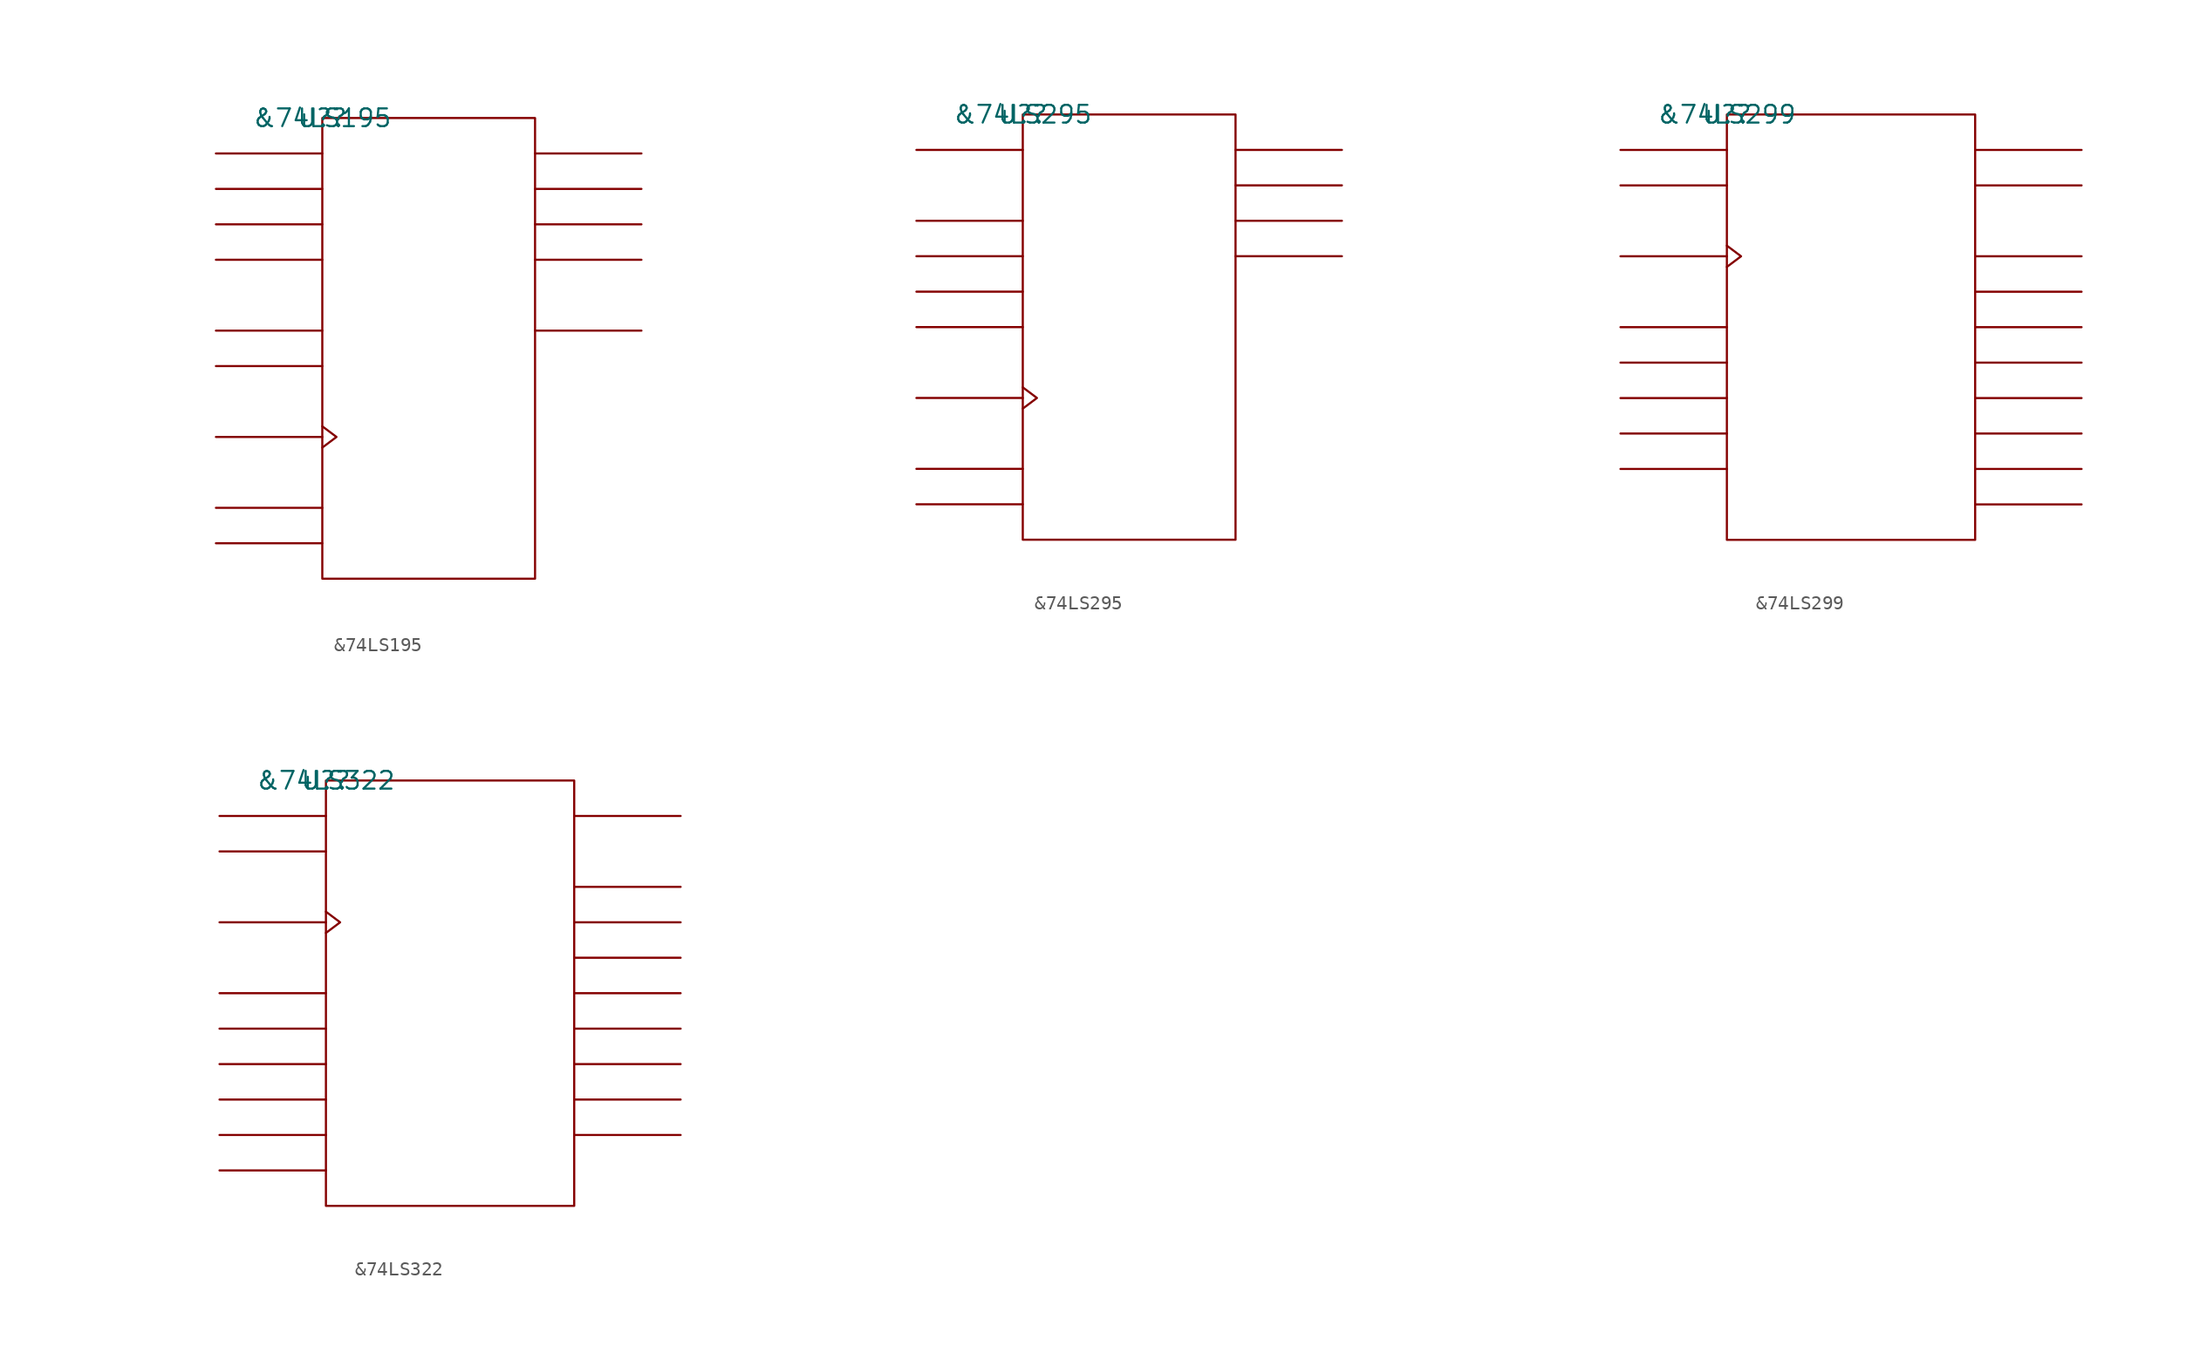
<source format=kicad_sym>
(kicad_symbol_lib
  (version 20211014)
  (generator kicad_symbol_editor)
  (symbol "&74LS195"
    (pin_names
      (offset 0.762))
    (property "Reference" "U?"
      (at 0 0 0)
      (effects (font (size 1.27 1.27))))
    (property "Value" "&74LS195"
      (at 0 0 0)
      (effects (font (size 1.27 1.27))))
    (symbol "&74LS195_0_1"
      (rectangle (start 0 -33.02) (end 15.24 0) (stroke (width 0) (type default) (color 0 0 0 0)) (fill (type none)))
      (polyline (pts (xy 0 -30.48) (xy -7.62 -30.48)) (stroke (width 0) (type default) (color 0 0 0 0)) (fill (type none)))
      (polyline (pts (xy 0 -27.94) (xy -7.62 -27.94)) (stroke (width 0) (type default) (color 0 0 0 0)) (fill (type none)))
      (polyline (pts (xy 0 -22.86) (xy -7.62 -22.86)) (stroke (width 0) (type default) (color 0 0 0 0)) (fill (type none)))
      (polyline (pts (xy 0 -17.78) (xy -7.62 -17.78)) (stroke (width 0) (type default) (color 0 0 0 0)) (fill (type none)))
      (polyline (pts (xy 0 -15.24) (xy -7.62 -15.24)) (stroke (width 0) (type default) (color 0 0 0 0)) (fill (type none)))
      (polyline (pts (xy 0 -10.16) (xy -7.62 -10.16)) (stroke (width 0) (type default) (color 0 0 0 0)) (fill (type none)))
      (polyline (pts (xy 0 -7.62) (xy -7.62 -7.62)) (stroke (width 0) (type default) (color 0 0 0 0)) (fill (type none)))
      (polyline (pts (xy 0 -5.08) (xy -7.62 -5.08)) (stroke (width 0) (type default) (color 0 0 0 0)) (fill (type none)))
      (polyline (pts (xy 0 -2.54) (xy -7.62 -2.54)) (stroke (width 0) (type default) (color 0 0 0 0)) (fill (type none)))
      (polyline (pts (xy 15.24 -15.24) (xy 22.86 -15.24)) (stroke (width 0) (type default) (color 0 0 0 0)) (fill (type none)))
      (polyline (pts (xy 15.24 -10.16) (xy 22.86 -10.16)) (stroke (width 0) (type default) (color 0 0 0 0)) (fill (type none)))
      (polyline (pts (xy 15.24 -7.62) (xy 22.86 -7.62)) (stroke (width 0) (type default) (color 0 0 0 0)) (fill (type none)))
      (polyline (pts (xy 15.24 -5.08) (xy 22.86 -5.08)) (stroke (width 0) (type default) (color 0 0 0 0)) (fill (type none)))
      (polyline (pts (xy 15.24 -2.54) (xy 22.86 -2.54)) (stroke (width 0) (type default) (color 0 0 0 0)) (fill (type none)))
      (polyline (pts (xy 0 -22.098) (xy 1.016 -22.86) (xy 0 -23.622)) (stroke (width 0) (type default) (color 0 0 0 0)) (fill (type none))))
    (symbol "&74LS195_1_1"
      (pin unspecified line (at -7.62 -27.94 0) (length 7.62) hide (name "C\\L\\R\\" (effects (font (size 1.245 1.245)))) (number "1" (effects (font (size 1.245 1.245)))))
      (pin unspecified line (at -7.62 -22.86 180) (length 7.62) hide (name "CLK" (effects (font (size 1.245 1.245)))) (number "10" (effects (font (size 1.245 1.245)))))
      (pin unspecified line (at 22.86 -15.24 180) (length 7.62) hide (name "Q\\D\\" (effects (font (size 1.245 1.245)))) (number "11" (effects (font (size 1.245 1.245)))))
      (pin unspecified line (at 22.86 -10.16 180) (length 7.62) hide (name "QD" (effects (font (size 1.245 1.245)))) (number "12" (effects (font (size 1.245 1.245)))))
      (pin unspecified line (at 22.86 -7.62 180) (length 7.62) hide (name "QC" (effects (font (size 1.245 1.245)))) (number "13" (effects (font (size 1.245 1.245)))))
      (pin unspecified line (at 22.86 -5.08 180) (length 7.62) hide (name "QB" (effects (font (size 1.245 1.245)))) (number "14" (effects (font (size 1.245 1.245)))))
      (pin unspecified line (at 22.86 -2.54 180) (length 7.62) hide (name "QA" (effects (font (size 1.245 1.245)))) (number "15" (effects (font (size 1.245 1.245)))))
      (pin power_in line (at 5.08 0 180) (length 7.62) hide (name "VCC" (effects (font (size 1.245 1.245)))) (number "16" (effects (font (size 1.245 1.245)))))
      (pin unspecified line (at -7.62 -15.24 0) (length 7.62) hide (name "J" (effects (font (size 1.245 1.245)))) (number "2" (effects (font (size 1.245 1.245)))))
      (pin unspecified line (at -7.62 -17.78 0) (length 7.62) hide (name "K\\" (effects (font (size 1.245 1.245)))) (number "3" (effects (font (size 1.245 1.245)))))
      (pin unspecified line (at -7.62 -2.54 0) (length 7.62) hide (name "A" (effects (font (size 1.245 1.245)))) (number "4" (effects (font (size 1.245 1.245)))))
      (pin unspecified line (at -7.62 -5.08 0) (length 7.62) hide (name "B" (effects (font (size 1.245 1.245)))) (number "5" (effects (font (size 1.245 1.245)))))
      (pin unspecified line (at -7.62 -7.62 0) (length 7.62) hide (name "C" (effects (font (size 1.245 1.245)))) (number "6" (effects (font (size 1.245 1.245)))))
      (pin unspecified line (at -7.62 -10.16 0) (length 7.62) hide (name "D" (effects (font (size 1.245 1.245)))) (number "7" (effects (font (size 1.245 1.245)))))
      (pin power_in line (at 7.62 -33.02 180) (length 7.62) hide (name "GND" (effects (font (size 1.245 1.245)))) (number "8" (effects (font (size 1.245 1.245)))))
      (pin unspecified line (at -7.62 -30.48 0) (length 7.62) hide (name "P\\E\\" (effects (font (size 1.245 1.245)))) (number "9" (effects (font (size 1.245 1.245)))))))
  (symbol "&74LS295"
    (pin_names
      (offset 0.762))
    (property "Reference" "U?"
      (at 0 0 0)
      (effects (font (size 1.27 1.27))))
    (property "Value" "&74LS295"
      (at 0 0 0)
      (effects (font (size 1.27 1.27))))
    (symbol "&74LS295_0_1"
      (rectangle (start 0 -30.48) (end 15.24 0) (stroke (width 0) (type default) (color 0 0 0 0)) (fill (type none)))
      (polyline (pts (xy 0 -27.94) (xy -7.62 -27.94)) (stroke (width 0) (type default) (color 0 0 0 0)) (fill (type none)))
      (polyline (pts (xy 0 -25.4) (xy -7.62 -25.4)) (stroke (width 0) (type default) (color 0 0 0 0)) (fill (type none)))
      (polyline (pts (xy 0 -20.32) (xy -7.62 -20.32)) (stroke (width 0) (type default) (color 0 0 0 0)) (fill (type none)))
      (polyline (pts (xy 0 -15.24) (xy -7.62 -15.24)) (stroke (width 0) (type default) (color 0 0 0 0)) (fill (type none)))
      (polyline (pts (xy 0 -12.7) (xy -7.62 -12.7)) (stroke (width 0) (type default) (color 0 0 0 0)) (fill (type none)))
      (polyline (pts (xy 0 -10.16) (xy -7.62 -10.16)) (stroke (width 0) (type default) (color 0 0 0 0)) (fill (type none)))
      (polyline (pts (xy 0 -7.62) (xy -7.62 -7.62)) (stroke (width 0) (type default) (color 0 0 0 0)) (fill (type none)))
      (polyline (pts (xy 0 -2.54) (xy -7.62 -2.54)) (stroke (width 0) (type default) (color 0 0 0 0)) (fill (type none)))
      (polyline (pts (xy 15.24 -10.16) (xy 22.86 -10.16)) (stroke (width 0) (type default) (color 0 0 0 0)) (fill (type none)))
      (polyline (pts (xy 15.24 -7.62) (xy 22.86 -7.62)) (stroke (width 0) (type default) (color 0 0 0 0)) (fill (type none)))
      (polyline (pts (xy 15.24 -5.08) (xy 22.86 -5.08)) (stroke (width 0) (type default) (color 0 0 0 0)) (fill (type none)))
      (polyline (pts (xy 15.24 -2.54) (xy 22.86 -2.54)) (stroke (width 0) (type default) (color 0 0 0 0)) (fill (type none)))
      (polyline (pts (xy 0 -19.558) (xy 1.016 -20.32) (xy 0 -21.082)) (stroke (width 0) (type default) (color 0 0 0 0)) (fill (type none))))
    (symbol "&74LS295_1_1"
      (pin unspecified line (at -7.62 -2.54 0) (length 7.62) hide (name "SER" (effects (font (size 1.245 1.245)))) (number "1" (effects (font (size 1.245 1.245)))))
      (pin unspecified line (at 22.86 -10.16 180) (length 7.62) hide (name "QD" (effects (font (size 1.245 1.245)))) (number "10" (effects (font (size 1.245 1.245)))))
      (pin unspecified line (at 22.86 -7.62 180) (length 7.62) hide (name "QC" (effects (font (size 1.245 1.245)))) (number "11" (effects (font (size 1.245 1.245)))))
      (pin unspecified line (at 22.86 -5.08 180) (length 7.62) hide (name "QB" (effects (font (size 1.245 1.245)))) (number "12" (effects (font (size 1.245 1.245)))))
      (pin unspecified line (at 22.86 -2.54 180) (length 7.62) hide (name "QA" (effects (font (size 1.245 1.245)))) (number "13" (effects (font (size 1.245 1.245)))))
      (pin power_in line (at 7.62 0 180) (length 7.62) hide (name "VCC" (effects (font (size 1.245 1.245)))) (number "14" (effects (font (size 1.245 1.245)))))
      (pin unspecified line (at -7.62 -7.62 0) (length 7.62) hide (name "A" (effects (font (size 1.245 1.245)))) (number "2" (effects (font (size 1.245 1.245)))))
      (pin unspecified line (at -7.62 -10.16 0) (length 7.62) hide (name "B" (effects (font (size 1.245 1.245)))) (number "3" (effects (font (size 1.245 1.245)))))
      (pin unspecified line (at -7.62 -12.7 0) (length 7.62) hide (name "C" (effects (font (size 1.245 1.245)))) (number "4" (effects (font (size 1.245 1.245)))))
      (pin unspecified line (at -7.62 -15.24 0) (length 7.62) hide (name "D" (effects (font (size 1.245 1.245)))) (number "5" (effects (font (size 1.245 1.245)))))
      (pin unspecified line (at -7.62 -25.4 0) (length 7.62) hide (name "LD/S\\H\\" (effects (font (size 1.245 1.245)))) (number "6" (effects (font (size 1.245 1.245)))))
      (pin power_in line (at 10.16 -30.48 180) (length 7.62) hide (name "GND" (effects (font (size 1.245 1.245)))) (number "7" (effects (font (size 1.245 1.245)))))
      (pin unspecified line (at -7.62 -27.94 0) (length 7.62) hide (name "OC" (effects (font (size 1.245 1.245)))) (number "8" (effects (font (size 1.245 1.245)))))
      (pin unspecified line (at -7.62 -20.32 180) (length 7.62) hide (name "CLK" (effects (font (size 1.245 1.245)))) (number "9" (effects (font (size 1.245 1.245)))))))
  (symbol "&74LS299"
    (pin_names
      (offset 0.762))
    (property "Reference" "U?"
      (at 0 0 0)
      (effects (font (size 1.27 1.27))))
    (property "Value" "&74LS299"
      (at 0 0 0)
      (effects (font (size 1.27 1.27))))
    (symbol "&74LS299_0_1"
      (rectangle (start 0 -30.48) (end 17.78 0) (stroke (width 0) (type default) (color 0 0 0 0)) (fill (type none)))
      (polyline (pts (xy 0 -25.4) (xy -7.62 -25.4)) (stroke (width 0) (type default) (color 0 0 0 0)) (fill (type none)))
      (polyline (pts (xy 0 -22.86) (xy -7.62 -22.86)) (stroke (width 0) (type default) (color 0 0 0 0)) (fill (type none)))
      (polyline (pts (xy 0 -20.32) (xy -7.62 -20.32)) (stroke (width 0) (type default) (color 0 0 0 0)) (fill (type none)))
      (polyline (pts (xy 0 -17.78) (xy -7.62 -17.78)) (stroke (width 0) (type default) (color 0 0 0 0)) (fill (type none)))
      (polyline (pts (xy 0 -15.24) (xy -7.62 -15.24)) (stroke (width 0) (type default) (color 0 0 0 0)) (fill (type none)))
      (polyline (pts (xy 0 -10.16) (xy -7.62 -10.16)) (stroke (width 0) (type default) (color 0 0 0 0)) (fill (type none)))
      (polyline (pts (xy 0 -5.08) (xy -7.62 -5.08)) (stroke (width 0) (type default) (color 0 0 0 0)) (fill (type none)))
      (polyline (pts (xy 0 -2.54) (xy -7.62 -2.54)) (stroke (width 0) (type default) (color 0 0 0 0)) (fill (type none)))
      (polyline (pts (xy 17.78 -27.94) (xy 25.4 -27.94)) (stroke (width 0) (type default) (color 0 0 0 0)) (fill (type none)))
      (polyline (pts (xy 17.78 -25.4) (xy 25.4 -25.4)) (stroke (width 0) (type default) (color 0 0 0 0)) (fill (type none)))
      (polyline (pts (xy 17.78 -22.86) (xy 25.4 -22.86)) (stroke (width 0) (type default) (color 0 0 0 0)) (fill (type none)))
      (polyline (pts (xy 17.78 -20.32) (xy 25.4 -20.32)) (stroke (width 0) (type default) (color 0 0 0 0)) (fill (type none)))
      (polyline (pts (xy 17.78 -17.78) (xy 25.4 -17.78)) (stroke (width 0) (type default) (color 0 0 0 0)) (fill (type none)))
      (polyline (pts (xy 17.78 -15.24) (xy 25.4 -15.24)) (stroke (width 0) (type default) (color 0 0 0 0)) (fill (type none)))
      (polyline (pts (xy 17.78 -12.7) (xy 25.4 -12.7)) (stroke (width 0) (type default) (color 0 0 0 0)) (fill (type none)))
      (polyline (pts (xy 17.78 -10.16) (xy 25.4 -10.16)) (stroke (width 0) (type default) (color 0 0 0 0)) (fill (type none)))
      (polyline (pts (xy 17.78 -5.08) (xy 25.4 -5.08)) (stroke (width 0) (type default) (color 0 0 0 0)) (fill (type none)))
      (polyline (pts (xy 17.78 -2.54) (xy 25.4 -2.54)) (stroke (width 0) (type default) (color 0 0 0 0)) (fill (type none)))
      (polyline (pts (xy 0 -9.398) (xy 1.016 -10.16) (xy 0 -10.922)) (stroke (width 0) (type default) (color 0 0 0 0)) (fill (type none))))
    (symbol "&74LS299_1_1"
      (pin unspecified line (at -7.62 -22.86 0) (length 7.62) hide (name "S0" (effects (font (size 1.245 1.245)))) (number "1" (effects (font (size 1.245 1.245)))))
      (pin power_in line (at 7.62 -30.48 180) (length 7.62) hide (name "GND" (effects (font (size 1.245 1.245)))) (number "10" (effects (font (size 1.245 1.245)))))
      (pin unspecified line (at -7.62 -5.08 0) (length 7.62) hide (name "SR" (effects (font (size 1.245 1.245)))) (number "11" (effects (font (size 1.245 1.245)))))
      (pin unspecified line (at -7.62 -10.16 180) (length 7.62) hide (name "CLK" (effects (font (size 1.245 1.245)))) (number "12" (effects (font (size 1.245 1.245)))))
      (pin unspecified line (at 25.4 -12.7 180) (length 7.62) hide (name "B/QB" (effects (font (size 1.245 1.245)))) (number "13" (effects (font (size 1.245 1.245)))))
      (pin unspecified line (at 25.4 -17.78 180) (length 7.62) hide (name "D/QD" (effects (font (size 1.245 1.245)))) (number "14" (effects (font (size 1.245 1.245)))))
      (pin unspecified line (at 25.4 -22.86 180) (length 7.62) hide (name "F/QF" (effects (font (size 1.245 1.245)))) (number "15" (effects (font (size 1.245 1.245)))))
      (pin unspecified line (at 25.4 -27.94 180) (length 7.62) hide (name "H/QH" (effects (font (size 1.245 1.245)))) (number "16" (effects (font (size 1.245 1.245)))))
      (pin unspecified line (at 25.4 -5.08 180) (length 7.62) hide (name "QR" (effects (font (size 1.245 1.245)))) (number "17" (effects (font (size 1.245 1.245)))))
      (pin unspecified line (at -7.62 -2.54 0) (length 7.62) hide (name "SL" (effects (font (size 1.245 1.245)))) (number "18" (effects (font (size 1.245 1.245)))))
      (pin unspecified line (at -7.62 -25.4 0) (length 7.62) hide (name "S1" (effects (font (size 1.245 1.245)))) (number "19" (effects (font (size 1.245 1.245)))))
      (pin unspecified line (at -7.62 -17.78 0) (length 7.62) hide (name "O\\E\\1\\" (effects (font (size 1.245 1.245)))) (number "2" (effects (font (size 1.245 1.245)))))
      (pin power_in line (at 7.62 0 180) (length 7.62) hide (name "VCC" (effects (font (size 1.245 1.245)))) (number "20" (effects (font (size 1.245 1.245)))))
      (pin unspecified line (at -7.62 -20.32 0) (length 7.62) hide (name "O\\E\\2\\" (effects (font (size 1.245 1.245)))) (number "3" (effects (font (size 1.245 1.245)))))
      (pin unspecified line (at 25.4 -25.4 180) (length 7.62) hide (name "G/QG" (effects (font (size 1.245 1.245)))) (number "4" (effects (font (size 1.245 1.245)))))
      (pin unspecified line (at 25.4 -20.32 180) (length 7.62) hide (name "E/QE" (effects (font (size 1.245 1.245)))) (number "5" (effects (font (size 1.245 1.245)))))
      (pin unspecified line (at 25.4 -15.24 180) (length 7.62) hide (name "C/QC" (effects (font (size 1.245 1.245)))) (number "6" (effects (font (size 1.245 1.245)))))
      (pin unspecified line (at 25.4 -10.16 180) (length 7.62) hide (name "A/QA" (effects (font (size 1.245 1.245)))) (number "7" (effects (font (size 1.245 1.245)))))
      (pin unspecified line (at 25.4 -2.54 180) (length 7.62) hide (name "QL" (effects (font (size 1.245 1.245)))) (number "8" (effects (font (size 1.245 1.245)))))
      (pin unspecified line (at -7.62 -15.24 0) (length 7.62) hide (name "C\\L\\R\\" (effects (font (size 1.245 1.245)))) (number "9" (effects (font (size 1.245 1.245)))))))
  (symbol "&74LS322"
    (pin_names
      (offset 0.762))
    (property "Reference" "U?"
      (at 0 0 0)
      (effects (font (size 1.27 1.27))))
    (property "Value" "&74LS322"
      (at 0 0 0)
      (effects (font (size 1.27 1.27))))
    (symbol "&74LS322_0_1"
      (rectangle (start 0 -30.48) (end 17.78 0) (stroke (width 0) (type default) (color 0 0 0 0)) (fill (type none)))
      (polyline (pts (xy 0 -27.94) (xy -7.62 -27.94)) (stroke (width 0) (type default) (color 0 0 0 0)) (fill (type none)))
      (polyline (pts (xy 0 -25.4) (xy -7.62 -25.4)) (stroke (width 0) (type default) (color 0 0 0 0)) (fill (type none)))
      (polyline (pts (xy 0 -22.86) (xy -7.62 -22.86)) (stroke (width 0) (type default) (color 0 0 0 0)) (fill (type none)))
      (polyline (pts (xy 0 -20.32) (xy -7.62 -20.32)) (stroke (width 0) (type default) (color 0 0 0 0)) (fill (type none)))
      (polyline (pts (xy 0 -17.78) (xy -7.62 -17.78)) (stroke (width 0) (type default) (color 0 0 0 0)) (fill (type none)))
      (polyline (pts (xy 0 -15.24) (xy -7.62 -15.24)) (stroke (width 0) (type default) (color 0 0 0 0)) (fill (type none)))
      (polyline (pts (xy 0 -10.16) (xy -7.62 -10.16)) (stroke (width 0) (type default) (color 0 0 0 0)) (fill (type none)))
      (polyline (pts (xy 0 -5.08) (xy -7.62 -5.08)) (stroke (width 0) (type default) (color 0 0 0 0)) (fill (type none)))
      (polyline (pts (xy 0 -2.54) (xy -7.62 -2.54)) (stroke (width 0) (type default) (color 0 0 0 0)) (fill (type none)))
      (polyline (pts (xy 17.78 -25.4) (xy 25.4 -25.4)) (stroke (width 0) (type default) (color 0 0 0 0)) (fill (type none)))
      (polyline (pts (xy 17.78 -22.86) (xy 25.4 -22.86)) (stroke (width 0) (type default) (color 0 0 0 0)) (fill (type none)))
      (polyline (pts (xy 17.78 -20.32) (xy 25.4 -20.32)) (stroke (width 0) (type default) (color 0 0 0 0)) (fill (type none)))
      (polyline (pts (xy 17.78 -17.78) (xy 25.4 -17.78)) (stroke (width 0) (type default) (color 0 0 0 0)) (fill (type none)))
      (polyline (pts (xy 17.78 -15.24) (xy 25.4 -15.24)) (stroke (width 0) (type default) (color 0 0 0 0)) (fill (type none)))
      (polyline (pts (xy 17.78 -12.7) (xy 25.4 -12.7)) (stroke (width 0) (type default) (color 0 0 0 0)) (fill (type none)))
      (polyline (pts (xy 17.78 -10.16) (xy 25.4 -10.16)) (stroke (width 0) (type default) (color 0 0 0 0)) (fill (type none)))
      (polyline (pts (xy 17.78 -7.62) (xy 25.4 -7.62)) (stroke (width 0) (type default) (color 0 0 0 0)) (fill (type none)))
      (polyline (pts (xy 17.78 -2.54) (xy 25.4 -2.54)) (stroke (width 0) (type default) (color 0 0 0 0)) (fill (type none)))
      (polyline (pts (xy 0 -9.398) (xy 1.016 -10.16) (xy 0 -10.922)) (stroke (width 0) (type default) (color 0 0 0 0)) (fill (type none))))
    (symbol "&74LS322_1_1"
      (pin unspecified line (at -7.62 -20.32 0) (length 7.62) hide (name "G\\" (effects (font (size 1.245 1.245)))) (number "1" (effects (font (size 1.245 1.245)))))
      (pin power_in line (at 7.62 -30.48 180) (length 7.62) hide (name "GND" (effects (font (size 1.245 1.245)))) (number "10" (effects (font (size 1.245 1.245)))))
      (pin unspecified line (at -7.62 -10.16 180) (length 7.62) hide (name "CLK" (effects (font (size 1.245 1.245)))) (number "11" (effects (font (size 1.245 1.245)))))
      (pin unspecified line (at 25.4 -2.54 180) (length 7.62) hide (name "QH'" (effects (font (size 1.245 1.245)))) (number "12" (effects (font (size 1.245 1.245)))))
      (pin unspecified line (at 25.4 -25.4 180) (length 7.62) hide (name "H/QH" (effects (font (size 1.245 1.245)))) (number "13" (effects (font (size 1.245 1.245)))))
      (pin unspecified line (at 25.4 -20.32 180) (length 7.62) hide (name "F/QF" (effects (font (size 1.245 1.245)))) (number "14" (effects (font (size 1.245 1.245)))))
      (pin unspecified line (at 25.4 -15.24 180) (length 7.62) hide (name "D/QD" (effects (font (size 1.245 1.245)))) (number "15" (effects (font (size 1.245 1.245)))))
      (pin unspecified line (at 25.4 -10.16 180) (length 7.62) hide (name "B/QB" (effects (font (size 1.245 1.245)))) (number "16" (effects (font (size 1.245 1.245)))))
      (pin unspecified line (at -7.62 -5.08 0) (length 7.62) hide (name "D1" (effects (font (size 1.245 1.245)))) (number "17" (effects (font (size 1.245 1.245)))))
      (pin unspecified line (at -7.62 -25.4 0) (length 7.62) hide (name "S\\E\\" (effects (font (size 1.245 1.245)))) (number "18" (effects (font (size 1.245 1.245)))))
      (pin unspecified line (at -7.62 -17.78 0) (length 7.62) hide (name "DS" (effects (font (size 1.245 1.245)))) (number "19" (effects (font (size 1.245 1.245)))))
      (pin unspecified line (at -7.62 -27.94 0) (length 7.62) hide (name "S/P\\" (effects (font (size 1.245 1.245)))) (number "2" (effects (font (size 1.245 1.245)))))
      (pin power_in line (at 7.62 0 180) (length 7.62) hide (name "VCC" (effects (font (size 1.245 1.245)))) (number "20" (effects (font (size 1.245 1.245)))))
      (pin unspecified line (at -7.62 -2.54 0) (length 7.62) hide (name "D0" (effects (font (size 1.245 1.245)))) (number "3" (effects (font (size 1.245 1.245)))))
      (pin unspecified line (at 25.4 -7.62 180) (length 7.62) hide (name "A/QA" (effects (font (size 1.245 1.245)))) (number "4" (effects (font (size 1.245 1.245)))))
      (pin unspecified line (at 25.4 -12.7 180) (length 7.62) hide (name "C/QC" (effects (font (size 1.245 1.245)))) (number "5" (effects (font (size 1.245 1.245)))))
      (pin unspecified line (at 25.4 -17.78 180) (length 7.62) hide (name "E/QE" (effects (font (size 1.245 1.245)))) (number "6" (effects (font (size 1.245 1.245)))))
      (pin unspecified line (at 25.4 -22.86 180) (length 7.62) hide (name "G/QG" (effects (font (size 1.245 1.245)))) (number "7" (effects (font (size 1.245 1.245)))))
      (pin unspecified line (at -7.62 -22.86 0) (length 7.62) hide (name "O\\E\\" (effects (font (size 1.245 1.245)))) (number "8" (effects (font (size 1.245 1.245)))))
      (pin unspecified line (at -7.62 -15.24 0) (length 7.62) hide (name "C\\L\\R\\" (effects (font (size 1.245 1.245)))) (number "9" (effects (font (size 1.245 1.245))))))))
</source>
